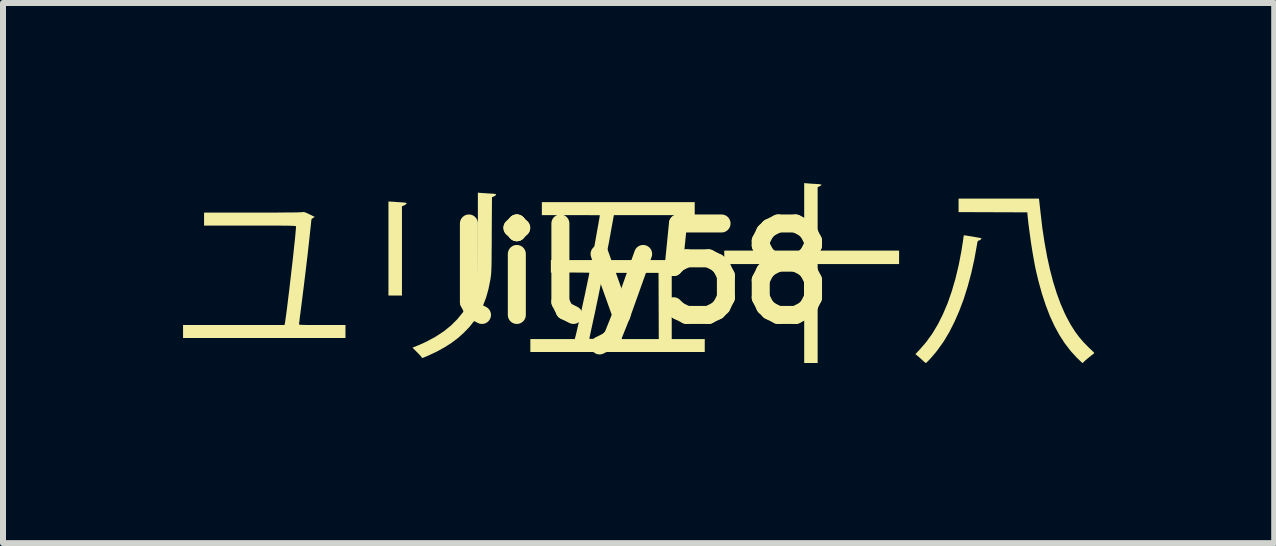
<source format=kicad_pcb>
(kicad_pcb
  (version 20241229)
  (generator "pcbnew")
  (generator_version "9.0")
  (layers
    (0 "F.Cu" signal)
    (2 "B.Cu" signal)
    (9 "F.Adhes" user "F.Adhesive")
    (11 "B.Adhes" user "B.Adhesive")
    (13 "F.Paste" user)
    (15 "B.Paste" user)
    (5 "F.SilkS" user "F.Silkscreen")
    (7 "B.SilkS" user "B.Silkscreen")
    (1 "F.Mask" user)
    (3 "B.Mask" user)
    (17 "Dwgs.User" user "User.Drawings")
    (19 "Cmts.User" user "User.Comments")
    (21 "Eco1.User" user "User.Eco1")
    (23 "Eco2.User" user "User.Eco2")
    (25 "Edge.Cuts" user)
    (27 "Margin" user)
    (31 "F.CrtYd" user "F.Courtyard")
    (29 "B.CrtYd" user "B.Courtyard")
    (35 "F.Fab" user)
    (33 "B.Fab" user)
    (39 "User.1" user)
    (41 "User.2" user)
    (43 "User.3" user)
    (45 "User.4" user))
  (footprint "lily58"
    (layer "F.Cu")
    (at 7.593 1.508)
    (property "Reference" "lily58" (at 0 0 0) (layer "F.SilkS") (effects (font (size 1.524 1.524) (thickness 0.3))))
    (attr board_only exclude_from_pos_files exclude_from_bom)
    (fp_poly (pts (xy -4.086 -1.196) (xy -4.019 -1.191) (xy -3.967 -1.188) (xy -3.929 -1.185) (xy -3.901 -1.182) (xy -3.884 -1.18) (xy -3.874 -1.177) (xy -3.869 -1.173) (xy -3.87 -1.169) (xy -3.872 -1.164) (xy -3.872 -1.163) (xy -3.885 -1.15) (xy -3.907 -1.137) (xy -3.914 -1.134) (xy -3.946 -1.121) (xy -3.946 0.366) (xy -4.171 0.366) (xy -4.171 -1.201)) (stroke (width 0) (type solid)) (fill yes) (layer "F.SilkS"))
    (fp_poly (pts (xy 2.795 -1.504) (xy 2.819 -1.502) (xy 2.855 -1.499) (xy 2.897 -1.496) (xy 2.941 -1.494) (xy 2.989 -1.491) (xy 3.022 -1.487) (xy 3.04 -1.482) (xy 3.043 -1.476) (xy 3.035 -1.467) (xy 3.014 -1.456) (xy 3.011 -1.454) (xy 2.98 -1.439) (xy 2.98 -0.383) (xy 4.337 -0.383) (xy 4.337 -0.158) (xy 2.98 -0.158) (xy 2.98 1.49) (xy 2.756 1.49) (xy 2.756 -0.158) (xy 1.424 -0.158) (xy 1.424 -0.383) (xy 2.756 -0.383) (xy 2.756 -1.508)) (stroke (width 0) (type solid)) (fill yes) (layer "F.SilkS"))
    (fp_poly (pts (xy 5.432 -0.637) (xy 5.435 -0.636) (xy 5.451 -0.634) (xy 5.48 -0.629) (xy 5.518 -0.623) (xy 5.562 -0.616) (xy 5.58 -0.613) (xy 5.624 -0.605) (xy 5.661 -0.599) (xy 5.69 -0.593) (xy 5.707 -0.588) (xy 5.709 -0.587) (xy 5.708 -0.579) (xy 5.697 -0.567) (xy 5.681 -0.556) (xy 5.665 -0.55) (xy 5.661 -0.549) (xy 5.652 -0.546) (xy 5.646 -0.535) (xy 5.64 -0.513) (xy 5.636 -0.489) (xy 5.592 -0.243) (xy 5.54 -0.009) (xy 5.48 0.214) (xy 5.414 0.424) (xy 5.34 0.621) (xy 5.26 0.804) (xy 5.174 0.974) (xy 5.081 1.13) (xy 4.981 1.27) (xy 4.954 1.305) (xy 4.918 1.348) (xy 4.883 1.389) (xy 4.851 1.425) (xy 4.822 1.455) (xy 4.8 1.477) (xy 4.786 1.489) (xy 4.782 1.49) (xy 4.773 1.485) (xy 4.755 1.47) (xy 4.733 1.451) (xy 4.733 1.45) (xy 4.703 1.423) (xy 4.671 1.394) (xy 4.65 1.376) (xy 4.609 1.342) (xy 4.68 1.267) (xy 4.789 1.141) (xy 4.89 1.001) (xy 4.983 0.846) (xy 5.068 0.676) (xy 5.146 0.492) (xy 5.215 0.294) (xy 5.277 0.081) (xy 5.331 -0.145) (xy 5.374 -0.369) (xy 5.383 -0.424) (xy 5.391 -0.477) (xy 5.399 -0.524) (xy 5.404 -0.562) (xy 5.408 -0.587) (xy 5.408 -0.589) (xy 5.411 -0.617) (xy 5.415 -0.632) (xy 5.421 -0.637)) (stroke (width 0) (type solid)) (fill yes) (layer "F.SilkS"))
    (fp_poly (pts (xy 6.672 -1.213) (xy 6.674 -1.194) (xy 6.678 -1.161) (xy 6.682 -1.119) (xy 6.688 -1.069) (xy 6.693 -1.017) (xy 6.694 -1.016) (xy 6.724 -0.758) (xy 6.761 -0.514) (xy 6.803 -0.283) (xy 6.851 -0.065) (xy 6.904 0.138) (xy 6.963 0.328) (xy 7.027 0.502) (xy 7.096 0.661) (xy 7.135 0.739) (xy 7.199 0.857) (xy 7.266 0.962) (xy 7.336 1.057) (xy 7.413 1.147) (xy 7.5 1.235) (xy 7.537 1.27) (xy 7.565 1.296) (xy 7.581 1.313) (xy 7.587 1.324) (xy 7.586 1.33) (xy 7.583 1.332) (xy 7.568 1.343) (xy 7.544 1.361) (xy 7.515 1.385) (xy 7.484 1.41) (xy 7.455 1.435) (xy 7.431 1.456) (xy 7.418 1.468) (xy 7.404 1.483) (xy 7.393 1.49) (xy 7.393 1.49) (xy 7.385 1.485) (xy 7.368 1.469) (xy 7.344 1.446) (xy 7.314 1.417) (xy 7.297 1.401) (xy 7.194 1.288) (xy 7.098 1.163) (xy 7.009 1.025) (xy 6.926 0.874) (xy 6.85 0.709) (xy 6.781 0.529) (xy 6.717 0.335) (xy 6.659 0.126) (xy 6.618 -0.046) (xy 6.6 -0.132) (xy 6.582 -0.231) (xy 6.563 -0.339) (xy 6.544 -0.454) (xy 6.527 -0.571) (xy 6.511 -0.687) (xy 6.496 -0.798) (xy 6.484 -0.901) (xy 6.479 -0.953) (xy 6.473 -1.02) (xy 5.9 -1.022) (xy 5.328 -1.024) (xy 5.328 -1.249) (xy 6.667 -1.249)) (stroke (width 0) (type solid)) (fill yes) (layer "F.SilkS"))
    (fp_poly (pts (xy -2.624 -1.343) (xy -2.592 -1.341) (xy -2.549 -1.338) (xy -2.503 -1.335) (xy -2.473 -1.333) (xy -2.43 -1.331) (xy -2.402 -1.327) (xy -2.385 -1.324) (xy -2.378 -1.319) (xy -2.377 -1.315) (xy -2.384 -1.305) (xy -2.401 -1.292) (xy -2.412 -1.287) (xy -2.446 -1.271) (xy -2.45 -0.646) (xy -2.45 -0.528) (xy -2.451 -0.426) (xy -2.452 -0.337) (xy -2.452 -0.262) (xy -2.453 -0.197) (xy -2.454 -0.143) (xy -2.455 -0.097) (xy -2.457 -0.059) (xy -2.458 -0.027) (xy -2.46 0.001) (xy -2.462 0.025) (xy -2.465 0.047) (xy -2.468 0.068) (xy -2.471 0.09) (xy -2.471 0.093) (xy -2.503 0.253) (xy -2.544 0.4) (xy -2.596 0.536) (xy -2.66 0.663) (xy -2.735 0.78) (xy -2.823 0.891) (xy -2.917 0.988) (xy -3.013 1.074) (xy -3.116 1.152) (xy -3.228 1.224) (xy -3.352 1.293) (xy -3.362 1.298) (xy -3.399 1.316) (xy -3.439 1.335) (xy -3.482 1.355) (xy -3.522 1.373) (xy -3.558 1.388) (xy -3.586 1.4) (xy -3.604 1.406) (xy -3.608 1.407) (xy -3.614 1.401) (xy -3.624 1.387) (xy -3.635 1.373) (xy -3.655 1.351) (xy -3.681 1.324) (xy -3.704 1.301) (xy -3.771 1.234) (xy -3.703 1.207) (xy -3.667 1.192) (xy -3.623 1.173) (xy -3.575 1.151) (xy -3.534 1.132) (xy -3.386 1.052) (xy -3.251 0.964) (xy -3.131 0.867) (xy -3.025 0.762) (xy -2.933 0.649) (xy -2.856 0.528) (xy -2.793 0.399) (xy -2.744 0.262) (xy -2.715 0.14) (xy -2.709 0.107) (xy -2.703 0.074) (xy -2.699 0.042) (xy -2.695 0.007) (xy -2.691 -0.03) (xy -2.688 -0.072) (xy -2.686 -0.119) (xy -2.684 -0.174) (xy -2.683 -0.237) (xy -2.682 -0.31) (xy -2.681 -0.394) (xy -2.681 -0.491) (xy -2.681 -0.601) (xy -2.681 -0.727) (xy -2.681 -1.348)) (stroke (width 0) (type solid)) (fill yes) (layer "F.SilkS"))
    (fp_poly (pts (xy -5.574 -1.024) (xy -5.553 -1.017) (xy -5.522 -1.004) (xy -5.489 -0.988) (xy -5.399 -0.944) (xy -5.424 -0.928) (xy -5.441 -0.917) (xy -5.451 -0.911) (xy -5.451 -0.911) (xy -5.453 -0.903) (xy -5.456 -0.882) (xy -5.46 -0.852) (xy -5.461 -0.836) (xy -5.49 -0.568) (xy -5.52 -0.298) (xy -5.552 -0.029) (xy -5.584 0.233) (xy -5.616 0.486) (xy -5.628 0.581) (xy -5.636 0.644) (xy -5.644 0.702) (xy -5.65 0.754) (xy -5.655 0.795) (xy -5.659 0.826) (xy -5.661 0.843) (xy -5.661 0.845) (xy -5.659 0.848) (xy -5.653 0.851) (xy -5.642 0.852) (xy -5.623 0.854) (xy -5.596 0.855) (xy -5.559 0.856) (xy -5.511 0.857) (xy -5.45 0.857) (xy -5.376 0.857) (xy -5.287 0.857) (xy -5.274 0.857) (xy -4.887 0.857) (xy -4.887 1.074) (xy -7.593 1.074) (xy -7.593 0.857) (xy -5.903 0.857) (xy -5.899 0.839) (xy -5.894 0.815) (xy -5.888 0.776) (xy -5.881 0.724) (xy -5.872 0.659) (xy -5.862 0.585) (xy -5.852 0.501) (xy -5.841 0.411) (xy -5.829 0.314) (xy -5.817 0.214) (xy -5.805 0.11) (xy -5.793 0.005) (xy -5.781 -0.099) (xy -5.769 -0.201) (xy -5.758 -0.3) (xy -5.748 -0.395) (xy -5.739 -0.482) (xy -5.73 -0.562) (xy -5.723 -0.633) (xy -5.718 -0.692) (xy -5.714 -0.739) (xy -5.711 -0.772) (xy -5.711 -0.784) (xy -5.712 -0.787) (xy -5.714 -0.789) (xy -5.719 -0.791) (xy -5.728 -0.793) (xy -5.741 -0.794) (xy -5.76 -0.795) (xy -5.786 -0.796) (xy -5.82 -0.797) (xy -5.863 -0.798) (xy -5.915 -0.798) (xy -5.978 -0.799) (xy -6.053 -0.799) (xy -6.14 -0.799) (xy -6.241 -0.799) (xy -6.357 -0.799) (xy -6.477 -0.799) (xy -7.243 -0.799) (xy -7.243 -1.016) (xy -6.432 -1.016) (xy -6.297 -1.016) (xy -6.171 -1.016) (xy -6.056 -1.016) (xy -5.952 -1.017) (xy -5.861 -1.018) (xy -5.781 -1.018) (xy -5.715 -1.019) (xy -5.664 -1.02) (xy -5.626 -1.022) (xy -5.605 -1.023) (xy -5.6 -1.024) (xy -5.588 -1.026)) (stroke (width 0) (type solid)) (fill yes) (layer "F.SilkS"))
    (fp_poly (pts (xy 0.932 -0.974) (xy -0.415 -0.974) (xy -0.419 -0.951) (xy -0.422 -0.937) (xy -0.427 -0.909) (xy -0.434 -0.869) (xy -0.443 -0.821) (xy -0.453 -0.766) (xy -0.462 -0.716) (xy -0.474 -0.648) (xy -0.487 -0.577) (xy -0.5 -0.506) (xy -0.513 -0.441) (xy -0.523 -0.385) (xy -0.528 -0.364) (xy -0.555 -0.225) (xy 0.549 -0.225) (xy 0.549 1.091) (xy 1.099 1.091) (xy 1.099 1.307) (xy -1.807 1.307) (xy -1.807 1.091) (xy -1.066 1.091) (xy -1.065 1.086) (xy -0.824 1.086) (xy -0.816 1.087) (xy -0.793 1.088) (xy -0.755 1.088) (xy -0.705 1.089) (xy -0.644 1.089) (xy -0.573 1.09) (xy -0.493 1.09) (xy -0.405 1.09) (xy -0.312 1.091) (xy -0.246 1.091) (xy 0.333 1.091) (xy 0.331 0.539) (xy 0.329 -0.012) (xy -0.594 -0.012) (xy -0.651 0.266) (xy -0.668 0.35) (xy -0.687 0.443) (xy -0.708 0.541) (xy -0.728 0.639) (xy -0.748 0.731) (xy -0.766 0.812) (xy -0.766 0.814) (xy -0.78 0.878) (xy -0.793 0.937) (xy -0.804 0.989) (xy -0.813 1.032) (xy -0.82 1.064) (xy -0.823 1.082) (xy -0.824 1.086) (xy -1.065 1.086) (xy -1.058 1.059) (xy -1.05 1.029) (xy -1.04 0.986) (xy -1.027 0.932) (xy -1.013 0.869) (xy -0.997 0.799) (xy -0.98 0.723) (xy -0.962 0.643) (xy -0.944 0.561) (xy -0.926 0.478) (xy -0.908 0.396) (xy -0.891 0.317) (xy -0.876 0.243) (xy -0.861 0.175) (xy -0.849 0.115) (xy -0.838 0.064) (xy -0.83 0.024) (xy -0.826 -0.002) (xy -0.824 -0.013) (xy -0.832 -0.014) (xy -0.855 -0.015) (xy -0.891 -0.015) (xy -0.938 -0.016) (xy -0.995 -0.016) (xy -1.059 -0.017) (xy -1.129 -0.017) (xy -1.145 -0.017) (xy -1.465 -0.017) (xy -1.465 -0.225) (xy -0.783 -0.225) (xy -0.779 -0.244) (xy -0.775 -0.261) (xy -0.77 -0.291) (xy -0.762 -0.333) (xy -0.752 -0.384) (xy -0.742 -0.442) (xy -0.731 -0.505) (xy -0.719 -0.572) (xy -0.707 -0.639) (xy -0.695 -0.706) (xy -0.684 -0.769) (xy -0.673 -0.828) (xy -0.665 -0.879) (xy -0.657 -0.921) (xy -0.652 -0.951) (xy -0.65 -0.968) (xy -0.649 -0.971) (xy -0.657 -0.972) (xy -0.681 -0.972) (xy -0.718 -0.973) (xy -0.767 -0.973) (xy -0.827 -0.973) (xy -0.896 -0.974) (xy -0.974 -0.974) (xy -1.057 -0.974) (xy -1.132 -0.974) (xy -1.615 -0.974) (xy -1.615 -1.19) (xy 0.932 -1.19)) (stroke (width 0) (type solid)) (fill yes) (layer "F.SilkS")))
  (gr_rect
    (start -3 -3)
    (end 18.18 5.999)
    (stroke (width 0.1) (type default))
    (fill no)
    (layer "Edge.Cuts")))
</source>
